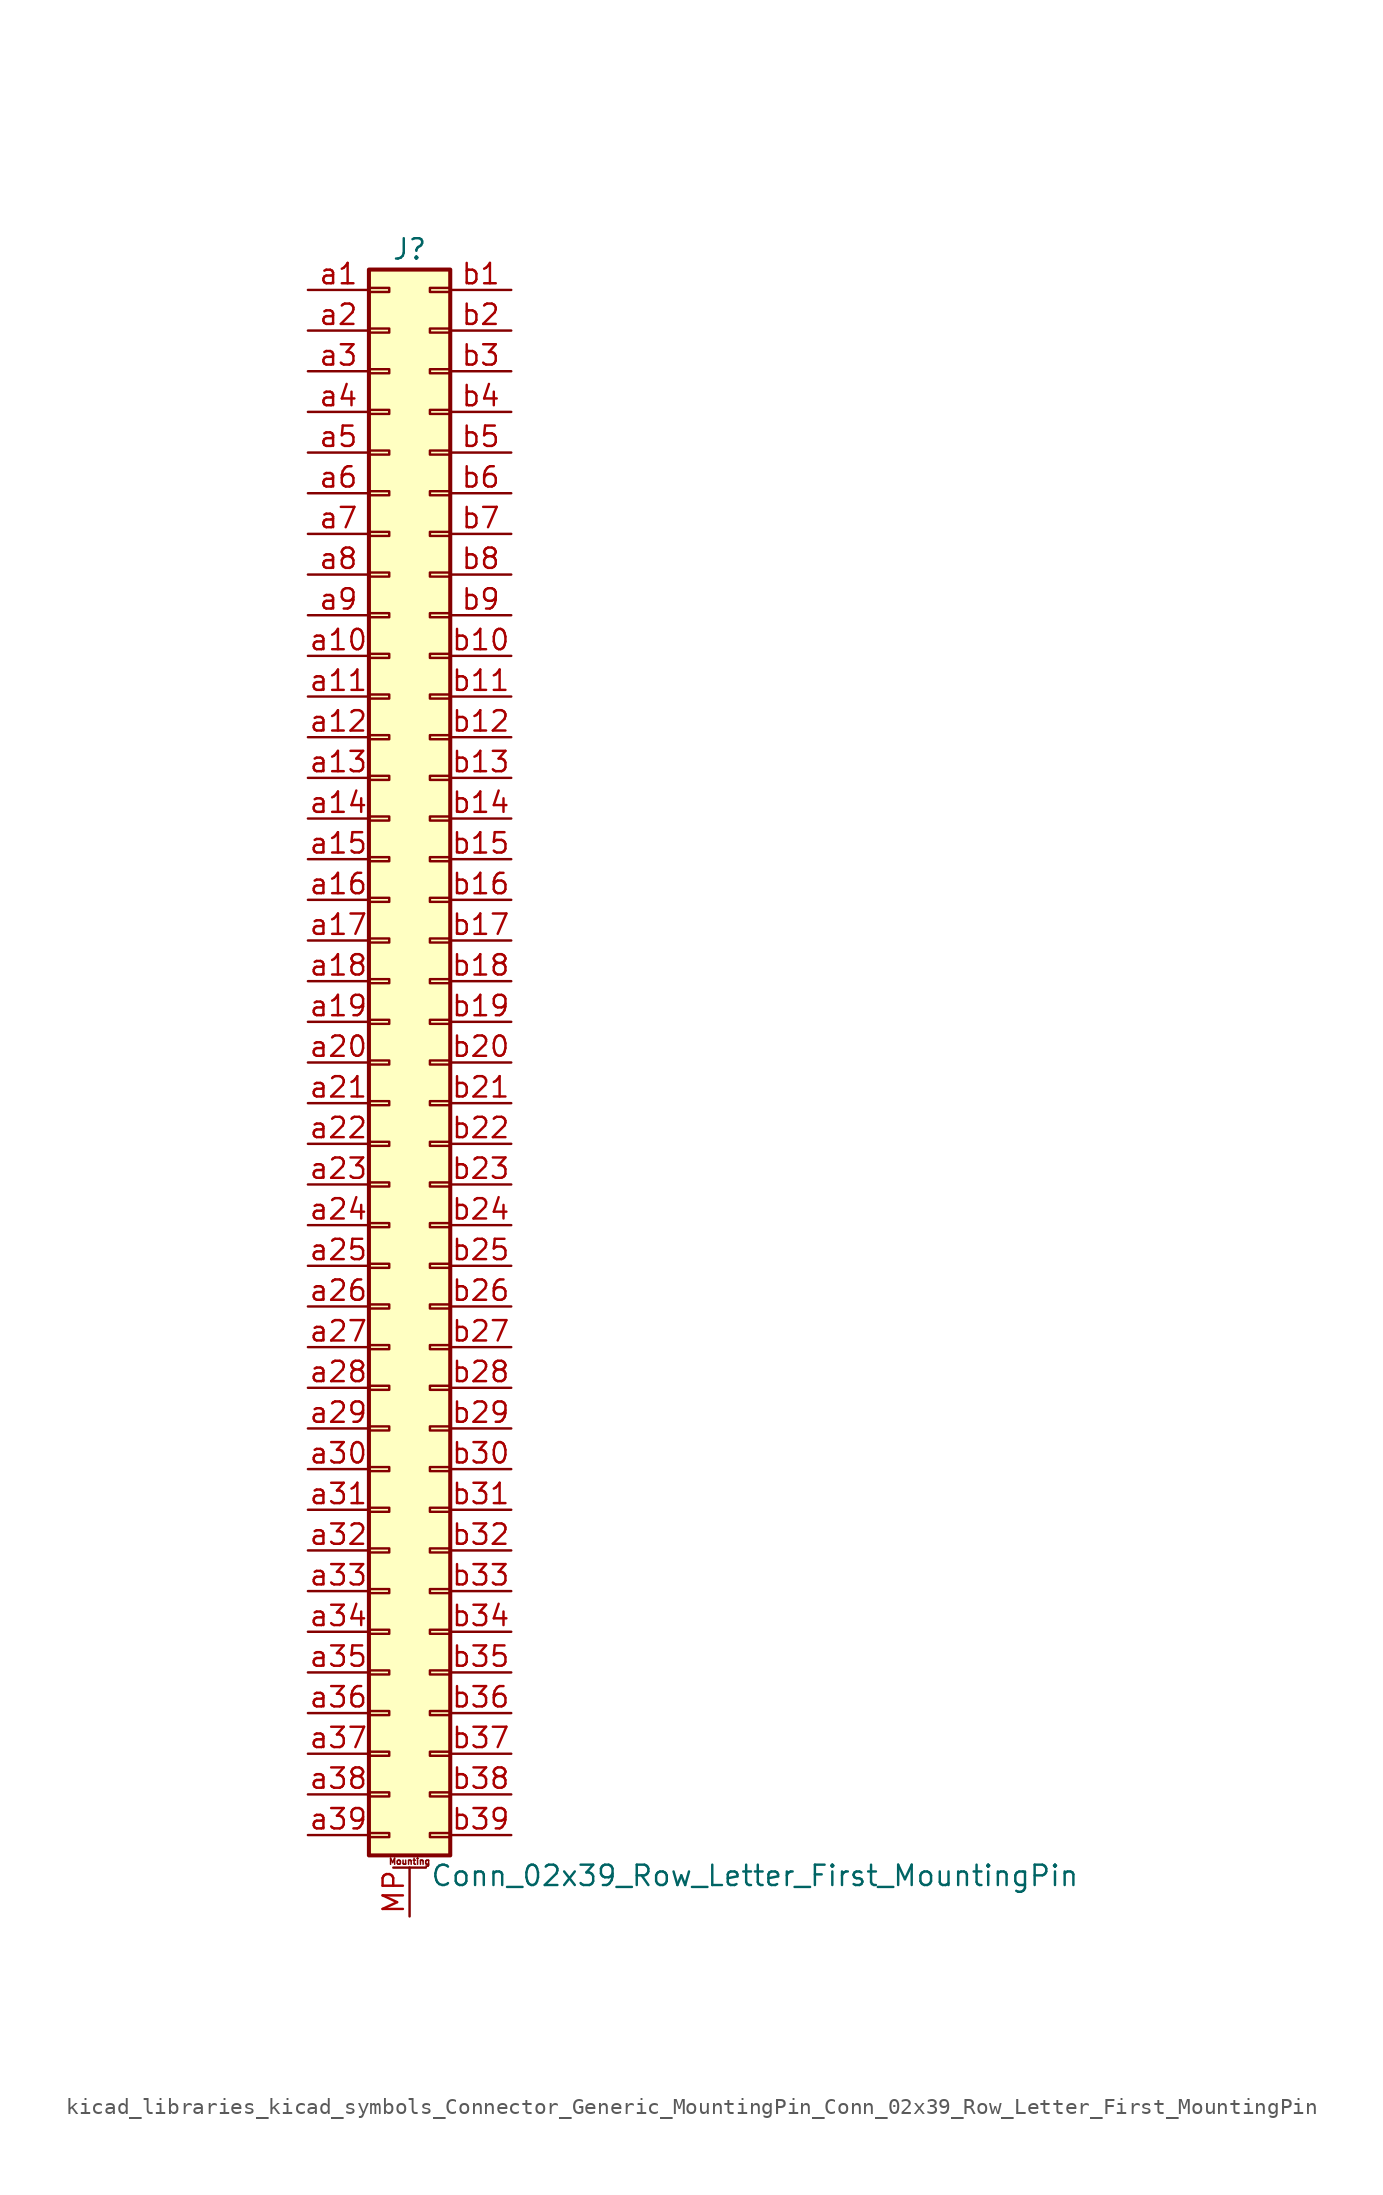
<source format=kicad_sym>
(kicad_symbol_lib
  (version 20220914)
  (generator kicad_symbol_editor)
  (symbol "kicad_libraries_kicad_symbols_Connector_Generic_MountingPin_Conn_02x39_Row_Letter_First_MountingPin"
    (pin_names
      (offset 1.016) hide)
    (property "Reference" "J"
      (at 1.27 50.8 0)
      (effects (font (size 1.27 1.27))))
    (property "Value" "Conn_02x39_Row_Letter_First_MountingPin"
      (at 2.54 -50.8 0)
      (effects (font (size 1.27 1.27)) (justify left)))
    (symbol "kicad_libraries_kicad_symbols_Connector_Generic_MountingPin_Conn_02x39_Row_Letter_First_MountingPin_1_1"
      (rectangle (start -1.27 -48.133) (end 0 -48.387) (stroke (width 0.152) (type default)) (fill (type none)))
      (rectangle (start -1.27 -45.593) (end 0 -45.847) (stroke (width 0.152) (type default)) (fill (type none)))
      (rectangle (start -1.27 -43.053) (end 0 -43.307) (stroke (width 0.152) (type default)) (fill (type none)))
      (rectangle (start -1.27 -40.513) (end 0 -40.767) (stroke (width 0.152) (type default)) (fill (type none)))
      (rectangle (start -1.27 -37.973) (end 0 -38.227) (stroke (width 0.152) (type default)) (fill (type none)))
      (rectangle (start -1.27 -35.433) (end 0 -35.687) (stroke (width 0.152) (type default)) (fill (type none)))
      (rectangle (start -1.27 -32.893) (end 0 -33.147) (stroke (width 0.152) (type default)) (fill (type none)))
      (rectangle (start -1.27 -30.353) (end 0 -30.607) (stroke (width 0.152) (type default)) (fill (type none)))
      (rectangle (start -1.27 -27.813) (end 0 -28.067) (stroke (width 0.152) (type default)) (fill (type none)))
      (rectangle (start -1.27 -25.273) (end 0 -25.527) (stroke (width 0.152) (type default)) (fill (type none)))
      (rectangle (start -1.27 -22.733) (end 0 -22.987) (stroke (width 0.152) (type default)) (fill (type none)))
      (rectangle (start -1.27 -20.193) (end 0 -20.447) (stroke (width 0.152) (type default)) (fill (type none)))
      (rectangle (start -1.27 -17.653) (end 0 -17.907) (stroke (width 0.152) (type default)) (fill (type none)))
      (rectangle (start -1.27 -15.113) (end 0 -15.367) (stroke (width 0.152) (type default)) (fill (type none)))
      (rectangle (start -1.27 -12.573) (end 0 -12.827) (stroke (width 0.152) (type default)) (fill (type none)))
      (rectangle (start -1.27 -10.033) (end 0 -10.287) (stroke (width 0.152) (type default)) (fill (type none)))
      (rectangle (start -1.27 -7.493) (end 0 -7.747) (stroke (width 0.152) (type default)) (fill (type none)))
      (rectangle (start -1.27 -4.953) (end 0 -5.207) (stroke (width 0.152) (type default)) (fill (type none)))
      (rectangle (start -1.27 -2.413) (end 0 -2.667) (stroke (width 0.152) (type default)) (fill (type none)))
      (rectangle (start -1.27 0.127) (end 0 -0.127) (stroke (width 0.152) (type default)) (fill (type none)))
      (rectangle (start -1.27 2.667) (end 0 2.413) (stroke (width 0.152) (type default)) (fill (type none)))
      (rectangle (start -1.27 5.207) (end 0 4.953) (stroke (width 0.152) (type default)) (fill (type none)))
      (rectangle (start -1.27 7.747) (end 0 7.493) (stroke (width 0.152) (type default)) (fill (type none)))
      (rectangle (start -1.27 10.287) (end 0 10.033) (stroke (width 0.152) (type default)) (fill (type none)))
      (rectangle (start -1.27 12.827) (end 0 12.573) (stroke (width 0.152) (type default)) (fill (type none)))
      (rectangle (start -1.27 15.367) (end 0 15.113) (stroke (width 0.152) (type default)) (fill (type none)))
      (rectangle (start -1.27 17.907) (end 0 17.653) (stroke (width 0.152) (type default)) (fill (type none)))
      (rectangle (start -1.27 20.447) (end 0 20.193) (stroke (width 0.152) (type default)) (fill (type none)))
      (rectangle (start -1.27 22.987) (end 0 22.733) (stroke (width 0.152) (type default)) (fill (type none)))
      (rectangle (start -1.27 25.527) (end 0 25.273) (stroke (width 0.152) (type default)) (fill (type none)))
      (rectangle (start -1.27 28.067) (end 0 27.813) (stroke (width 0.152) (type default)) (fill (type none)))
      (rectangle (start -1.27 30.607) (end 0 30.353) (stroke (width 0.152) (type default)) (fill (type none)))
      (rectangle (start -1.27 33.147) (end 0 32.893) (stroke (width 0.152) (type default)) (fill (type none)))
      (rectangle (start -1.27 35.687) (end 0 35.433) (stroke (width 0.152) (type default)) (fill (type none)))
      (rectangle (start -1.27 38.227) (end 0 37.973) (stroke (width 0.152) (type default)) (fill (type none)))
      (rectangle (start -1.27 40.767) (end 0 40.513) (stroke (width 0.152) (type default)) (fill (type none)))
      (rectangle (start -1.27 43.307) (end 0 43.053) (stroke (width 0.152) (type default)) (fill (type none)))
      (rectangle (start -1.27 45.847) (end 0 45.593) (stroke (width 0.152) (type default)) (fill (type none)))
      (rectangle (start -1.27 48.387) (end 0 48.133) (stroke (width 0.152) (type default)) (fill (type none)))
      (rectangle (start -1.27 49.53) (end 3.81 -49.53) (stroke (width 0.254) (type default)) (fill (type background)))
      (polyline (pts (xy 0.254 -50.292) (xy 2.286 -50.292)) (stroke (width 0.152) (type default)) (fill (type none)))
      (rectangle (start 3.81 -48.133) (end 2.54 -48.387) (stroke (width 0.152) (type default)) (fill (type none)))
      (rectangle (start 3.81 -45.593) (end 2.54 -45.847) (stroke (width 0.152) (type default)) (fill (type none)))
      (rectangle (start 3.81 -43.053) (end 2.54 -43.307) (stroke (width 0.152) (type default)) (fill (type none)))
      (rectangle (start 3.81 -40.513) (end 2.54 -40.767) (stroke (width 0.152) (type default)) (fill (type none)))
      (rectangle (start 3.81 -37.973) (end 2.54 -38.227) (stroke (width 0.152) (type default)) (fill (type none)))
      (rectangle (start 3.81 -35.433) (end 2.54 -35.687) (stroke (width 0.152) (type default)) (fill (type none)))
      (rectangle (start 3.81 -32.893) (end 2.54 -33.147) (stroke (width 0.152) (type default)) (fill (type none)))
      (rectangle (start 3.81 -30.353) (end 2.54 -30.607) (stroke (width 0.152) (type default)) (fill (type none)))
      (rectangle (start 3.81 -27.813) (end 2.54 -28.067) (stroke (width 0.152) (type default)) (fill (type none)))
      (rectangle (start 3.81 -25.273) (end 2.54 -25.527) (stroke (width 0.152) (type default)) (fill (type none)))
      (rectangle (start 3.81 -22.733) (end 2.54 -22.987) (stroke (width 0.152) (type default)) (fill (type none)))
      (rectangle (start 3.81 -20.193) (end 2.54 -20.447) (stroke (width 0.152) (type default)) (fill (type none)))
      (rectangle (start 3.81 -17.653) (end 2.54 -17.907) (stroke (width 0.152) (type default)) (fill (type none)))
      (rectangle (start 3.81 -15.113) (end 2.54 -15.367) (stroke (width 0.152) (type default)) (fill (type none)))
      (rectangle (start 3.81 -12.573) (end 2.54 -12.827) (stroke (width 0.152) (type default)) (fill (type none)))
      (rectangle (start 3.81 -10.033) (end 2.54 -10.287) (stroke (width 0.152) (type default)) (fill (type none)))
      (rectangle (start 3.81 -7.493) (end 2.54 -7.747) (stroke (width 0.152) (type default)) (fill (type none)))
      (rectangle (start 3.81 -4.953) (end 2.54 -5.207) (stroke (width 0.152) (type default)) (fill (type none)))
      (rectangle (start 3.81 -2.413) (end 2.54 -2.667) (stroke (width 0.152) (type default)) (fill (type none)))
      (rectangle (start 3.81 0.127) (end 2.54 -0.127) (stroke (width 0.152) (type default)) (fill (type none)))
      (rectangle (start 3.81 2.667) (end 2.54 2.413) (stroke (width 0.152) (type default)) (fill (type none)))
      (rectangle (start 3.81 5.207) (end 2.54 4.953) (stroke (width 0.152) (type default)) (fill (type none)))
      (rectangle (start 3.81 7.747) (end 2.54 7.493) (stroke (width 0.152) (type default)) (fill (type none)))
      (rectangle (start 3.81 10.287) (end 2.54 10.033) (stroke (width 0.152) (type default)) (fill (type none)))
      (rectangle (start 3.81 12.827) (end 2.54 12.573) (stroke (width 0.152) (type default)) (fill (type none)))
      (rectangle (start 3.81 15.367) (end 2.54 15.113) (stroke (width 0.152) (type default)) (fill (type none)))
      (rectangle (start 3.81 17.907) (end 2.54 17.653) (stroke (width 0.152) (type default)) (fill (type none)))
      (rectangle (start 3.81 20.447) (end 2.54 20.193) (stroke (width 0.152) (type default)) (fill (type none)))
      (rectangle (start 3.81 22.987) (end 2.54 22.733) (stroke (width 0.152) (type default)) (fill (type none)))
      (rectangle (start 3.81 25.527) (end 2.54 25.273) (stroke (width 0.152) (type default)) (fill (type none)))
      (rectangle (start 3.81 28.067) (end 2.54 27.813) (stroke (width 0.152) (type default)) (fill (type none)))
      (rectangle (start 3.81 30.607) (end 2.54 30.353) (stroke (width 0.152) (type default)) (fill (type none)))
      (rectangle (start 3.81 33.147) (end 2.54 32.893) (stroke (width 0.152) (type default)) (fill (type none)))
      (rectangle (start 3.81 35.687) (end 2.54 35.433) (stroke (width 0.152) (type default)) (fill (type none)))
      (rectangle (start 3.81 38.227) (end 2.54 37.973) (stroke (width 0.152) (type default)) (fill (type none)))
      (rectangle (start 3.81 40.767) (end 2.54 40.513) (stroke (width 0.152) (type default)) (fill (type none)))
      (rectangle (start 3.81 43.307) (end 2.54 43.053) (stroke (width 0.152) (type default)) (fill (type none)))
      (rectangle (start 3.81 45.847) (end 2.54 45.593) (stroke (width 0.152) (type default)) (fill (type none)))
      (rectangle (start 3.81 48.387) (end 2.54 48.133) (stroke (width 0.152) (type default)) (fill (type none)))
      (text "Mounting" (at 1.27 -49.911 0) (effects (font (size 0.381 0.381))))
      (pin passive line (at 1.27 -53.34 90) (length 3.048) (name "MountPin" (effects (font (size 1.27 1.27)))) (number "MP" (effects (font (size 1.27 1.27)))))
      (pin passive line (at -5.08 48.26 0) (length 3.81) (name "Pin_a1" (effects (font (size 1.27 1.27)))) (number "a1" (effects (font (size 1.27 1.27)))))
      (pin passive line (at -5.08 25.4 0) (length 3.81) (name "Pin_a10" (effects (font (size 1.27 1.27)))) (number "a10" (effects (font (size 1.27 1.27)))))
      (pin passive line (at -5.08 22.86 0) (length 3.81) (name "Pin_a11" (effects (font (size 1.27 1.27)))) (number "a11" (effects (font (size 1.27 1.27)))))
      (pin passive line (at -5.08 20.32 0) (length 3.81) (name "Pin_a12" (effects (font (size 1.27 1.27)))) (number "a12" (effects (font (size 1.27 1.27)))))
      (pin passive line (at -5.08 17.78 0) (length 3.81) (name "Pin_a13" (effects (font (size 1.27 1.27)))) (number "a13" (effects (font (size 1.27 1.27)))))
      (pin passive line (at -5.08 15.24 0) (length 3.81) (name "Pin_a14" (effects (font (size 1.27 1.27)))) (number "a14" (effects (font (size 1.27 1.27)))))
      (pin passive line (at -5.08 12.7 0) (length 3.81) (name "Pin_a15" (effects (font (size 1.27 1.27)))) (number "a15" (effects (font (size 1.27 1.27)))))
      (pin passive line (at -5.08 10.16 0) (length 3.81) (name "Pin_a16" (effects (font (size 1.27 1.27)))) (number "a16" (effects (font (size 1.27 1.27)))))
      (pin passive line (at -5.08 7.62 0) (length 3.81) (name "Pin_a17" (effects (font (size 1.27 1.27)))) (number "a17" (effects (font (size 1.27 1.27)))))
      (pin passive line (at -5.08 5.08 0) (length 3.81) (name "Pin_a18" (effects (font (size 1.27 1.27)))) (number "a18" (effects (font (size 1.27 1.27)))))
      (pin passive line (at -5.08 2.54 0) (length 3.81) (name "Pin_a19" (effects (font (size 1.27 1.27)))) (number "a19" (effects (font (size 1.27 1.27)))))
      (pin passive line (at -5.08 45.72 0) (length 3.81) (name "Pin_a2" (effects (font (size 1.27 1.27)))) (number "a2" (effects (font (size 1.27 1.27)))))
      (pin passive line (at -5.08 0 0) (length 3.81) (name "Pin_a20" (effects (font (size 1.27 1.27)))) (number "a20" (effects (font (size 1.27 1.27)))))
      (pin passive line (at -5.08 -2.54 0) (length 3.81) (name "Pin_a21" (effects (font (size 1.27 1.27)))) (number "a21" (effects (font (size 1.27 1.27)))))
      (pin passive line (at -5.08 -5.08 0) (length 3.81) (name "Pin_a22" (effects (font (size 1.27 1.27)))) (number "a22" (effects (font (size 1.27 1.27)))))
      (pin passive line (at -5.08 -7.62 0) (length 3.81) (name "Pin_a23" (effects (font (size 1.27 1.27)))) (number "a23" (effects (font (size 1.27 1.27)))))
      (pin passive line (at -5.08 -10.16 0) (length 3.81) (name "Pin_a24" (effects (font (size 1.27 1.27)))) (number "a24" (effects (font (size 1.27 1.27)))))
      (pin passive line (at -5.08 -12.7 0) (length 3.81) (name "Pin_a25" (effects (font (size 1.27 1.27)))) (number "a25" (effects (font (size 1.27 1.27)))))
      (pin passive line (at -5.08 -15.24 0) (length 3.81) (name "Pin_a26" (effects (font (size 1.27 1.27)))) (number "a26" (effects (font (size 1.27 1.27)))))
      (pin passive line (at -5.08 -17.78 0) (length 3.81) (name "Pin_a27" (effects (font (size 1.27 1.27)))) (number "a27" (effects (font (size 1.27 1.27)))))
      (pin passive line (at -5.08 -20.32 0) (length 3.81) (name "Pin_a28" (effects (font (size 1.27 1.27)))) (number "a28" (effects (font (size 1.27 1.27)))))
      (pin passive line (at -5.08 -22.86 0) (length 3.81) (name "Pin_a29" (effects (font (size 1.27 1.27)))) (number "a29" (effects (font (size 1.27 1.27)))))
      (pin passive line (at -5.08 43.18 0) (length 3.81) (name "Pin_a3" (effects (font (size 1.27 1.27)))) (number "a3" (effects (font (size 1.27 1.27)))))
      (pin passive line (at -5.08 -25.4 0) (length 3.81) (name "Pin_a30" (effects (font (size 1.27 1.27)))) (number "a30" (effects (font (size 1.27 1.27)))))
      (pin passive line (at -5.08 -27.94 0) (length 3.81) (name "Pin_a31" (effects (font (size 1.27 1.27)))) (number "a31" (effects (font (size 1.27 1.27)))))
      (pin passive line (at -5.08 -30.48 0) (length 3.81) (name "Pin_a32" (effects (font (size 1.27 1.27)))) (number "a32" (effects (font (size 1.27 1.27)))))
      (pin passive line (at -5.08 -33.02 0) (length 3.81) (name "Pin_a33" (effects (font (size 1.27 1.27)))) (number "a33" (effects (font (size 1.27 1.27)))))
      (pin passive line (at -5.08 -35.56 0) (length 3.81) (name "Pin_a34" (effects (font (size 1.27 1.27)))) (number "a34" (effects (font (size 1.27 1.27)))))
      (pin passive line (at -5.08 -38.1 0) (length 3.81) (name "Pin_a35" (effects (font (size 1.27 1.27)))) (number "a35" (effects (font (size 1.27 1.27)))))
      (pin passive line (at -5.08 -40.64 0) (length 3.81) (name "Pin_a36" (effects (font (size 1.27 1.27)))) (number "a36" (effects (font (size 1.27 1.27)))))
      (pin passive line (at -5.08 -43.18 0) (length 3.81) (name "Pin_a37" (effects (font (size 1.27 1.27)))) (number "a37" (effects (font (size 1.27 1.27)))))
      (pin passive line (at -5.08 -45.72 0) (length 3.81) (name "Pin_a38" (effects (font (size 1.27 1.27)))) (number "a38" (effects (font (size 1.27 1.27)))))
      (pin passive line (at -5.08 -48.26 0) (length 3.81) (name "Pin_a39" (effects (font (size 1.27 1.27)))) (number "a39" (effects (font (size 1.27 1.27)))))
      (pin passive line (at -5.08 40.64 0) (length 3.81) (name "Pin_a4" (effects (font (size 1.27 1.27)))) (number "a4" (effects (font (size 1.27 1.27)))))
      (pin passive line (at -5.08 38.1 0) (length 3.81) (name "Pin_a5" (effects (font (size 1.27 1.27)))) (number "a5" (effects (font (size 1.27 1.27)))))
      (pin passive line (at -5.08 35.56 0) (length 3.81) (name "Pin_a6" (effects (font (size 1.27 1.27)))) (number "a6" (effects (font (size 1.27 1.27)))))
      (pin passive line (at -5.08 33.02 0) (length 3.81) (name "Pin_a7" (effects (font (size 1.27 1.27)))) (number "a7" (effects (font (size 1.27 1.27)))))
      (pin passive line (at -5.08 30.48 0) (length 3.81) (name "Pin_a8" (effects (font (size 1.27 1.27)))) (number "a8" (effects (font (size 1.27 1.27)))))
      (pin passive line (at -5.08 27.94 0) (length 3.81) (name "Pin_a9" (effects (font (size 1.27 1.27)))) (number "a9" (effects (font (size 1.27 1.27)))))
      (pin passive line (at 7.62 48.26 180) (length 3.81) (name "Pin_b1" (effects (font (size 1.27 1.27)))) (number "b1" (effects (font (size 1.27 1.27)))))
      (pin passive line (at 7.62 25.4 180) (length 3.81) (name "Pin_b10" (effects (font (size 1.27 1.27)))) (number "b10" (effects (font (size 1.27 1.27)))))
      (pin passive line (at 7.62 22.86 180) (length 3.81) (name "Pin_b11" (effects (font (size 1.27 1.27)))) (number "b11" (effects (font (size 1.27 1.27)))))
      (pin passive line (at 7.62 20.32 180) (length 3.81) (name "Pin_b12" (effects (font (size 1.27 1.27)))) (number "b12" (effects (font (size 1.27 1.27)))))
      (pin passive line (at 7.62 17.78 180) (length 3.81) (name "Pin_b13" (effects (font (size 1.27 1.27)))) (number "b13" (effects (font (size 1.27 1.27)))))
      (pin passive line (at 7.62 15.24 180) (length 3.81) (name "Pin_b14" (effects (font (size 1.27 1.27)))) (number "b14" (effects (font (size 1.27 1.27)))))
      (pin passive line (at 7.62 12.7 180) (length 3.81) (name "Pin_b15" (effects (font (size 1.27 1.27)))) (number "b15" (effects (font (size 1.27 1.27)))))
      (pin passive line (at 7.62 10.16 180) (length 3.81) (name "Pin_b16" (effects (font (size 1.27 1.27)))) (number "b16" (effects (font (size 1.27 1.27)))))
      (pin passive line (at 7.62 7.62 180) (length 3.81) (name "Pin_b17" (effects (font (size 1.27 1.27)))) (number "b17" (effects (font (size 1.27 1.27)))))
      (pin passive line (at 7.62 5.08 180) (length 3.81) (name "Pin_b18" (effects (font (size 1.27 1.27)))) (number "b18" (effects (font (size 1.27 1.27)))))
      (pin passive line (at 7.62 2.54 180) (length 3.81) (name "Pin_b19" (effects (font (size 1.27 1.27)))) (number "b19" (effects (font (size 1.27 1.27)))))
      (pin passive line (at 7.62 45.72 180) (length 3.81) (name "Pin_b2" (effects (font (size 1.27 1.27)))) (number "b2" (effects (font (size 1.27 1.27)))))
      (pin passive line (at 7.62 0 180) (length 3.81) (name "Pin_b20" (effects (font (size 1.27 1.27)))) (number "b20" (effects (font (size 1.27 1.27)))))
      (pin passive line (at 7.62 -2.54 180) (length 3.81) (name "Pin_b21" (effects (font (size 1.27 1.27)))) (number "b21" (effects (font (size 1.27 1.27)))))
      (pin passive line (at 7.62 -5.08 180) (length 3.81) (name "Pin_b22" (effects (font (size 1.27 1.27)))) (number "b22" (effects (font (size 1.27 1.27)))))
      (pin passive line (at 7.62 -7.62 180) (length 3.81) (name "Pin_b23" (effects (font (size 1.27 1.27)))) (number "b23" (effects (font (size 1.27 1.27)))))
      (pin passive line (at 7.62 -10.16 180) (length 3.81) (name "Pin_b24" (effects (font (size 1.27 1.27)))) (number "b24" (effects (font (size 1.27 1.27)))))
      (pin passive line (at 7.62 -12.7 180) (length 3.81) (name "Pin_b25" (effects (font (size 1.27 1.27)))) (number "b25" (effects (font (size 1.27 1.27)))))
      (pin passive line (at 7.62 -15.24 180) (length 3.81) (name "Pin_b26" (effects (font (size 1.27 1.27)))) (number "b26" (effects (font (size 1.27 1.27)))))
      (pin passive line (at 7.62 -17.78 180) (length 3.81) (name "Pin_b27" (effects (font (size 1.27 1.27)))) (number "b27" (effects (font (size 1.27 1.27)))))
      (pin passive line (at 7.62 -20.32 180) (length 3.81) (name "Pin_b28" (effects (font (size 1.27 1.27)))) (number "b28" (effects (font (size 1.27 1.27)))))
      (pin passive line (at 7.62 -22.86 180) (length 3.81) (name "Pin_b29" (effects (font (size 1.27 1.27)))) (number "b29" (effects (font (size 1.27 1.27)))))
      (pin passive line (at 7.62 43.18 180) (length 3.81) (name "Pin_b3" (effects (font (size 1.27 1.27)))) (number "b3" (effects (font (size 1.27 1.27)))))
      (pin passive line (at 7.62 -25.4 180) (length 3.81) (name "Pin_b30" (effects (font (size 1.27 1.27)))) (number "b30" (effects (font (size 1.27 1.27)))))
      (pin passive line (at 7.62 -27.94 180) (length 3.81) (name "Pin_b31" (effects (font (size 1.27 1.27)))) (number "b31" (effects (font (size 1.27 1.27)))))
      (pin passive line (at 7.62 -30.48 180) (length 3.81) (name "Pin_b32" (effects (font (size 1.27 1.27)))) (number "b32" (effects (font (size 1.27 1.27)))))
      (pin passive line (at 7.62 -33.02 180) (length 3.81) (name "Pin_b33" (effects (font (size 1.27 1.27)))) (number "b33" (effects (font (size 1.27 1.27)))))
      (pin passive line (at 7.62 -35.56 180) (length 3.81) (name "Pin_b34" (effects (font (size 1.27 1.27)))) (number "b34" (effects (font (size 1.27 1.27)))))
      (pin passive line (at 7.62 -38.1 180) (length 3.81) (name "Pin_b35" (effects (font (size 1.27 1.27)))) (number "b35" (effects (font (size 1.27 1.27)))))
      (pin passive line (at 7.62 -40.64 180) (length 3.81) (name "Pin_b36" (effects (font (size 1.27 1.27)))) (number "b36" (effects (font (size 1.27 1.27)))))
      (pin passive line (at 7.62 -43.18 180) (length 3.81) (name "Pin_b37" (effects (font (size 1.27 1.27)))) (number "b37" (effects (font (size 1.27 1.27)))))
      (pin passive line (at 7.62 -45.72 180) (length 3.81) (name "Pin_b38" (effects (font (size 1.27 1.27)))) (number "b38" (effects (font (size 1.27 1.27)))))
      (pin passive line (at 7.62 -48.26 180) (length 3.81) (name "Pin_b39" (effects (font (size 1.27 1.27)))) (number "b39" (effects (font (size 1.27 1.27)))))
      (pin passive line (at 7.62 40.64 180) (length 3.81) (name "Pin_b4" (effects (font (size 1.27 1.27)))) (number "b4" (effects (font (size 1.27 1.27)))))
      (pin passive line (at 7.62 38.1 180) (length 3.81) (name "Pin_b5" (effects (font (size 1.27 1.27)))) (number "b5" (effects (font (size 1.27 1.27)))))
      (pin passive line (at 7.62 35.56 180) (length 3.81) (name "Pin_b6" (effects (font (size 1.27 1.27)))) (number "b6" (effects (font (size 1.27 1.27)))))
      (pin passive line (at 7.62 33.02 180) (length 3.81) (name "Pin_b7" (effects (font (size 1.27 1.27)))) (number "b7" (effects (font (size 1.27 1.27)))))
      (pin passive line (at 7.62 30.48 180) (length 3.81) (name "Pin_b8" (effects (font (size 1.27 1.27)))) (number "b8" (effects (font (size 1.27 1.27)))))
      (pin passive line (at 7.62 27.94 180) (length 3.81) (name "Pin_b9" (effects (font (size 1.27 1.27)))) (number "b9" (effects (font (size 1.27 1.27))))))))
</source>
